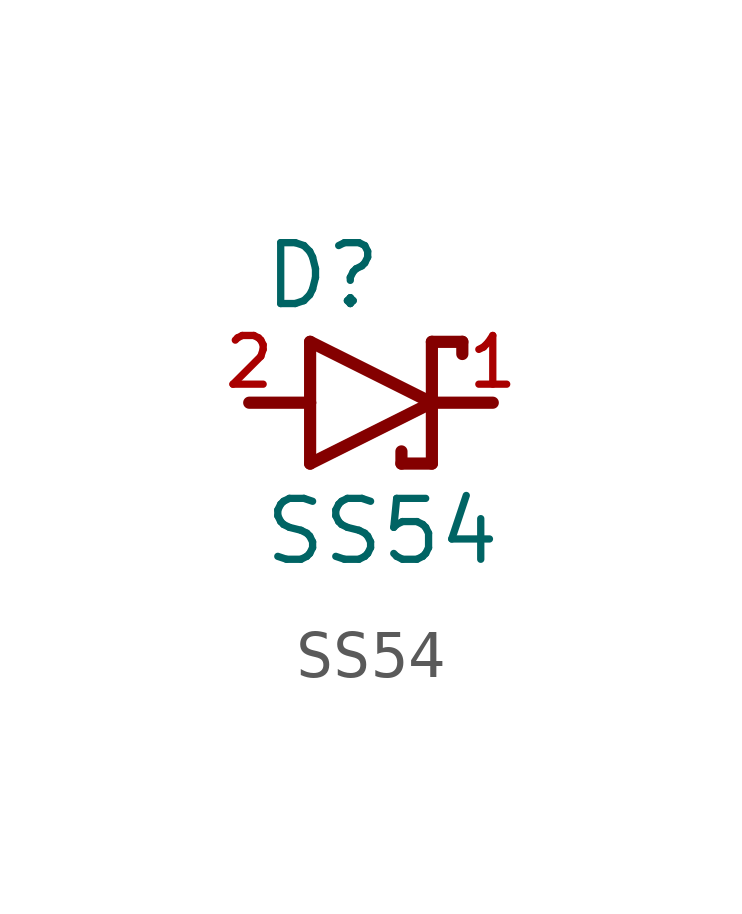
<source format=kicad_sym>
(kicad_symbol_lib
  (version 20211014)
  (generator kicad_symbol_editor)
  (symbol "SS54"
    (pin_names
      (offset 1.016))
    (property "Reference" "D"
      (at -2.286 1.905 0)
      (effects (font (size 1.27 1.27)) (justify bottom left)))
    (property "Value" "SS54"
      (at -2.286 -3.429 0)
      (effects (font (size 1.27 1.27)) (justify bottom left)))
    (symbol "SS54_0_0"
      (polyline (pts (xy -1.27 -1.27) (xy 1.27 0.0)) (stroke (width 0.254)))
      (polyline (pts (xy 1.27 0.0) (xy -1.27 1.27)) (stroke (width 0.254)))
      (polyline (pts (xy 1.905 1.27) (xy 1.27 1.27)) (stroke (width 0.254)))
      (polyline (pts (xy 1.27 1.27) (xy 1.27 0.0)) (stroke (width 0.254)))
      (polyline (pts (xy -1.27 1.27) (xy -1.27 0.0)) (stroke (width 0.254)))
      (polyline (pts (xy -1.27 0.0) (xy -1.27 -1.27)) (stroke (width 0.254)))
      (polyline (pts (xy 1.27 0.0) (xy 1.27 -1.27)) (stroke (width 0.254)))
      (polyline (pts (xy 1.905 1.27) (xy 1.905 1.016)) (stroke (width 0.254)))
      (polyline (pts (xy 1.27 -1.27) (xy 0.635 -1.27)) (stroke (width 0.254)))
      (polyline (pts (xy 0.635 -1.016) (xy 0.635 -1.27)) (stroke (width 0.254)))
      (polyline (pts (xy -1.27 0.0) (xy -2.54 0.0)) (stroke (width 0.254)))
      (polyline (pts (xy 1.27 0.0) (xy 2.54 0.0)) (stroke (width 0.254)))
      (pin passive line (at -2.54 0.0 0) (length 0) (name "~" (effects (font (size 1.016 1.016)))) (number "2" (effects (font (size 1.016 1.016)))))
      (pin passive line (at 2.54 0.0 180.0) (length 0) (name "~" (effects (font (size 1.016 1.016)))) (number "1" (effects (font (size 1.016 1.016))))))))
</source>
